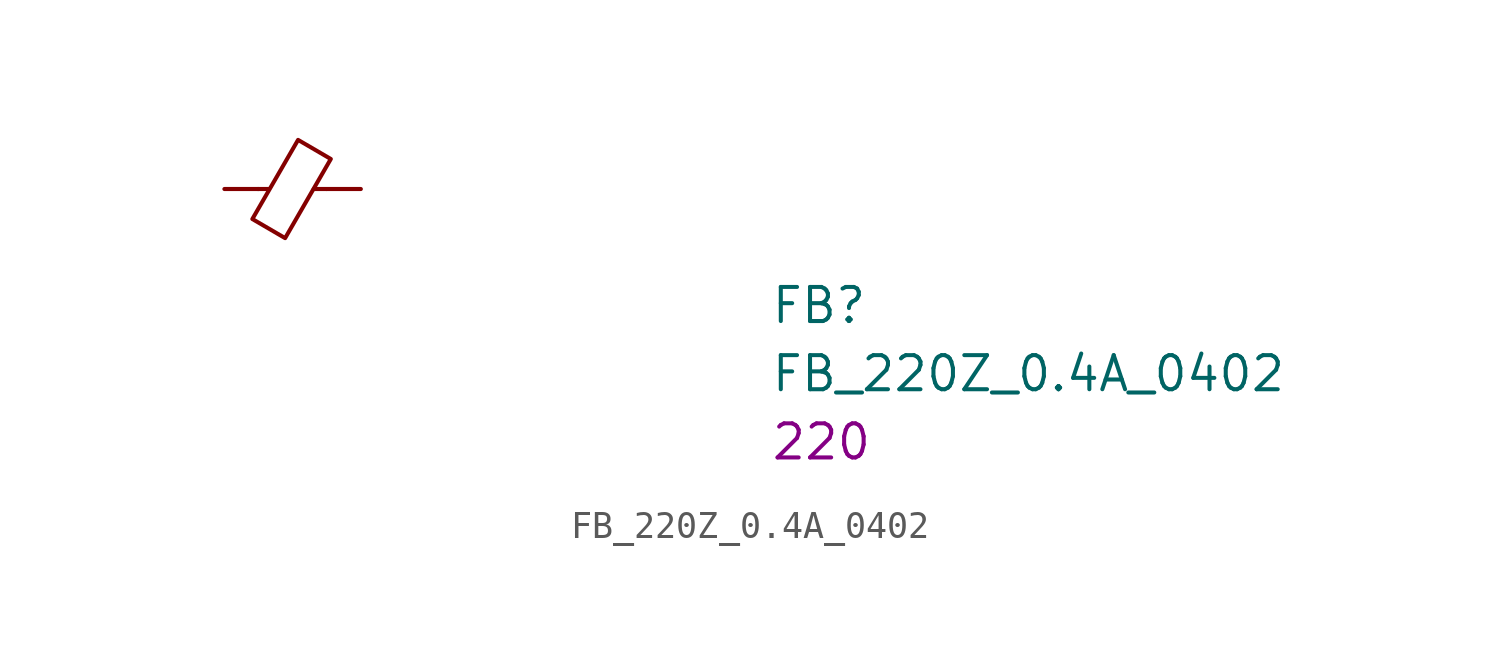
<source format=kicad_sym>
(kicad_symbol_lib
  (version 20211014)
  (generator kicad_symbol_editor)
  (symbol "FB_220Z_0.4A_0402"
    (pin_numbers hide)
    (pin_names hide)
    (property "Reference" "FB"
      (at 20.32 -5.08 0)
      (effects (font (size 1.27 1.27) (thickness 0.15)) (justify left bottom)))
    (property "Value" "FB_220Z_0.4A_0402"
      (at 20.32 -7.62 0)
      (effects (font (size 1.27 1.27) (thickness 0.15)) (justify left bottom)))
    (property "Val" "220"
      (at 20.32 -10.16 0)
      (effects (font (size 1.27 1.27) (thickness 0.15)) (justify left bottom)))
    (symbol "FB_220Z_0.4A_0402_0_1"
      (polyline (pts (xy 1.651 0) (xy 1.245 0)) (stroke (width 0) (type default) (color 0 0 0 0)) (fill (type none)))
      (polyline (pts (xy 3.81 0) (xy 3.327 0)) (stroke (width 0) (type default) (color 0 0 0 0)) (fill (type none)))
      (polyline (pts (xy 2.261 -1.829) (xy 1.041 -1.118) (xy 2.743 1.829) (xy 3.962 1.118) (xy 2.261 -1.829)) (stroke (width 0) (type default) (color 0 0 0 0)) (fill (type none))))
    (symbol "FB_220Z_0.4A_0402_1_1"
      (pin passive line (at 0 0 0) (length 1.27) (name "~" (effects (font (size 1.27 1.27)))) (number "1" (effects (font (size 1.27 1.27)))))
      (pin passive line (at 5.08 0 180) (length 1.27) (name "~" (effects (font (size 1.27 1.27)))) (number "2" (effects (font (size 1.27 1.27))))))))
</source>
